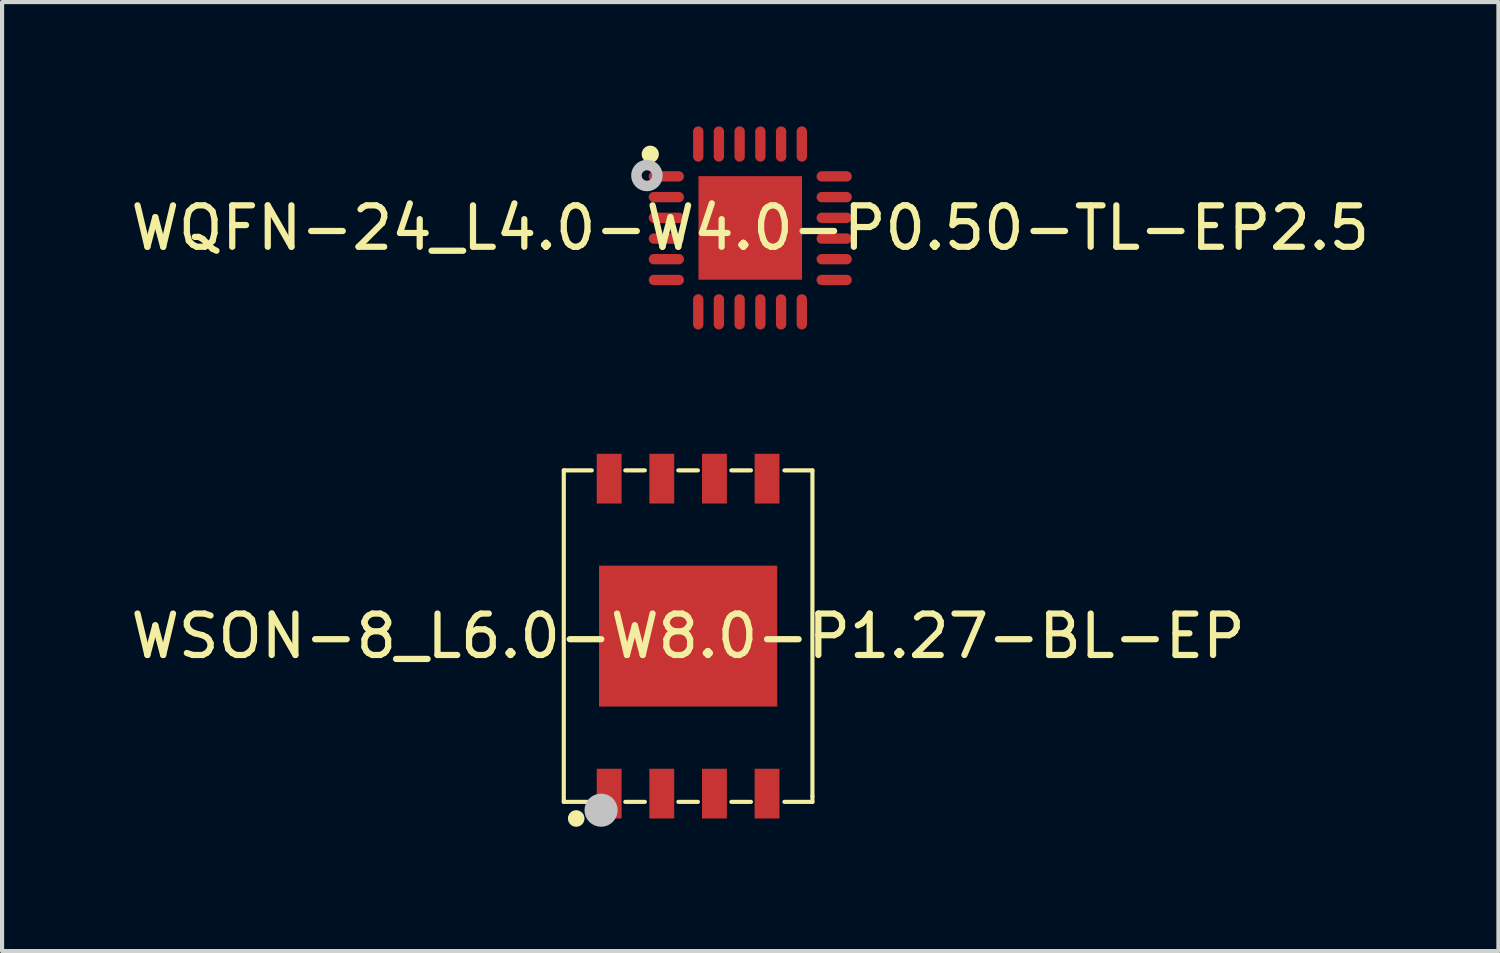
<source format=kicad_pcb>
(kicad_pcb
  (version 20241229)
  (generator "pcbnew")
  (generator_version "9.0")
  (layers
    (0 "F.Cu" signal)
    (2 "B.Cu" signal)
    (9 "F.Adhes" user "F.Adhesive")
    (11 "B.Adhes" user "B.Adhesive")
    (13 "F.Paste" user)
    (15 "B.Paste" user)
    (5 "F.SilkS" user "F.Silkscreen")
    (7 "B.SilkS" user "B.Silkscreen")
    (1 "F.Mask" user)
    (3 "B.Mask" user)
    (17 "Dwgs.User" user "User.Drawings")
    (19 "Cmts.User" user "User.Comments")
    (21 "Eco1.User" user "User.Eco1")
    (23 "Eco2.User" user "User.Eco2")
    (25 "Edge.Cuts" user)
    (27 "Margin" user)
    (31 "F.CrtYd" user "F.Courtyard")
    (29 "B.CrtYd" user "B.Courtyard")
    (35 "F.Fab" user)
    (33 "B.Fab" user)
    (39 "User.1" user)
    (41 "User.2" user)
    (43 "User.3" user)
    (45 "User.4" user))
  (footprint "WQFN-24_L4.0-W4.0-P0.50-TL-EP2.5"
    (layer "F.Cu")
    (at 15.054 2.45)
    (property "Reference" "WQFN-24_L4.0-W4.0-P0.50-TL-EP2.5" (at 0 0 0) (unlocked yes) (layer "F.SilkS") (effects (font (size 1 1) (thickness 0.15))))
    (fp_circle (center -2.413 -1.778) (end -2.307 -1.778) (stroke (width 0.203) (type default)) (fill no) (layer "F.SilkS"))
    (fp_circle (center -2.494 -1.265) (end -2.368 -1.265) (stroke (width 0.254) (type default)) (fill no) (layer "Dwgs.User"))
    (fp_poly (pts (xy -1.999 -1.364) (xy -1.6 -1.364) (xy -1.6 -1.125) (xy -1.999 -1.125)) (stroke (width 0.1) (type default)) (fill no) (layer "User.1"))
    (fp_poly (pts (xy -1.999 -0.864) (xy -1.6 -0.864) (xy -1.6 -0.625) (xy -1.999 -0.625)) (stroke (width 0.1) (type default)) (fill no) (layer "User.1"))
    (fp_poly (pts (xy -1.999 -0.363) (xy -1.6 -0.363) (xy -1.6 -0.124) (xy -1.999 -0.124)) (stroke (width 0.1) (type default)) (fill no) (layer "User.1"))
    (fp_poly (pts (xy -1.999 0.137) (xy -1.6 0.137) (xy -1.6 0.376) (xy -1.999 0.376)) (stroke (width 0.1) (type default)) (fill no) (layer "User.1"))
    (fp_poly (pts (xy -1.999 0.635) (xy -1.6 0.635) (xy -1.6 0.874) (xy -1.999 0.874)) (stroke (width 0.1) (type default)) (fill no) (layer "User.1"))
    (fp_poly (pts (xy -1.999 1.135) (xy -1.6 1.135) (xy -1.6 1.374) (xy -1.999 1.374)) (stroke (width 0.1) (type default)) (fill no) (layer "User.1"))
    (fp_poly (pts (xy -1.25 -1.25) (xy 1.25 -1.25) (xy 1.25 1.25) (xy -1.25 1.25)) (stroke (width 0.1) (type default)) (fill no) (layer "User.1"))
    (fp_poly (pts (xy -1.135 -1.999) (xy -1.135 -1.6) (xy -1.374 -1.6) (xy -1.374 -1.999)) (stroke (width 0.1) (type default)) (fill no) (layer "User.1"))
    (fp_poly (pts (xy -1.135 1.6) (xy -1.135 1.999) (xy -1.374 1.999) (xy -1.374 1.6)) (stroke (width 0.1) (type default)) (fill no) (layer "User.1"))
    (fp_poly (pts (xy -0.637 -1.999) (xy -0.637 -1.6) (xy -0.876 -1.6) (xy -0.876 -1.999)) (stroke (width 0.1) (type default)) (fill no) (layer "User.1"))
    (fp_poly (pts (xy -0.637 1.6) (xy -0.637 1.999) (xy -0.876 1.999) (xy -0.876 1.6)) (stroke (width 0.1) (type default)) (fill no) (layer "User.1"))
    (fp_poly (pts (xy -0.137 -1.999) (xy -0.137 -1.6) (xy -0.376 -1.6) (xy -0.376 -1.999)) (stroke (width 0.1) (type default)) (fill no) (layer "User.1"))
    (fp_poly (pts (xy -0.137 1.6) (xy -0.137 1.999) (xy -0.376 1.999) (xy -0.376 1.6)) (stroke (width 0.1) (type default)) (fill no) (layer "User.1"))
    (fp_poly (pts (xy 0.363 -1.999) (xy 0.363 -1.6) (xy 0.124 -1.6) (xy 0.124 -1.999)) (stroke (width 0.1) (type default)) (fill no) (layer "User.1"))
    (fp_poly (pts (xy 0.363 1.6) (xy 0.363 1.999) (xy 0.124 1.999) (xy 0.124 1.6)) (stroke (width 0.1) (type default)) (fill no) (layer "User.1"))
    (fp_poly (pts (xy 0.864 -1.999) (xy 0.864 -1.6) (xy 0.625 -1.6) (xy 0.625 -1.999)) (stroke (width 0.1) (type default)) (fill no) (layer "User.1"))
    (fp_poly (pts (xy 0.864 1.6) (xy 0.864 1.999) (xy 0.625 1.999) (xy 0.625 1.6)) (stroke (width 0.1) (type default)) (fill no) (layer "User.1"))
    (fp_poly (pts (xy 1.364 -1.999) (xy 1.364 -1.6) (xy 1.125 -1.6) (xy 1.125 -1.999)) (stroke (width 0.1) (type default)) (fill no) (layer "User.1"))
    (fp_poly (pts (xy 1.364 1.6) (xy 1.364 1.999) (xy 1.125 1.999) (xy 1.125 1.6)) (stroke (width 0.1) (type default)) (fill no) (layer "User.1"))
    (fp_poly (pts (xy 1.6 -1.364) (xy 1.999 -1.364) (xy 1.999 -1.125) (xy 1.6 -1.125)) (stroke (width 0.1) (type default)) (fill no) (layer "User.1"))
    (fp_poly (pts (xy 1.6 -0.864) (xy 1.999 -0.864) (xy 1.999 -0.625) (xy 1.6 -0.625)) (stroke (width 0.1) (type default)) (fill no) (layer "User.1"))
    (fp_poly (pts (xy 1.6 -0.363) (xy 1.999 -0.363) (xy 1.999 -0.124) (xy 1.6 -0.124)) (stroke (width 0.1) (type default)) (fill no) (layer "User.1"))
    (fp_poly (pts (xy 1.6 0.137) (xy 1.999 0.137) (xy 1.999 0.376) (xy 1.6 0.376)) (stroke (width 0.1) (type default)) (fill no) (layer "User.1"))
    (fp_poly (pts (xy 1.6 0.635) (xy 1.999 0.635) (xy 1.999 0.874) (xy 1.6 0.874)) (stroke (width 0.1) (type default)) (fill no) (layer "User.1"))
    (fp_poly (pts (xy 1.6 1.135) (xy 1.999 1.135) (xy 1.999 1.374) (xy 1.6 1.374)) (stroke (width 0.1) (type default)) (fill no) (layer "User.1"))
    (fp_line (start -1.999 -1.999) (end 1.999 -1.999) (stroke (width 0.051) (type default)) (layer "User.2"))
    (fp_line (start -1.999 1.999) (end -1.999 -1.999) (stroke (width 0.051) (type default)) (layer "User.2"))
    (fp_line (start 1.999 -1.999) (end 1.999 1.999) (stroke (width 0.051) (type default)) (layer "User.2"))
    (fp_line (start 1.999 1.999) (end -1.999 1.999) (stroke (width 0.051) (type default)) (layer "User.2"))
    (fp_poly (pts (xy -1.938 -1.999) (xy -1.956 -2.042) (xy -1.999 -2.06) (xy -2.042 -2.042) (xy -2.06 -1.999) (xy -2.042 -1.956) (xy -1.999 -1.938) (xy -1.956 -1.956)) (stroke (width 0.1) (type default)) (fill no) (layer "User.3"))
    (pad "1" smd oval (at -2.025 -1.244) (size 0.851 0.249) (layers "F.Cu" "F.Mask" "F.Paste"))
    (pad "2" smd oval (at -2.025 -0.744) (size 0.851 0.249) (layers "F.Cu" "F.Mask" "F.Paste"))
    (pad "3" smd oval (at -2.025 -0.244) (size 0.851 0.249) (layers "F.Cu" "F.Mask" "F.Paste"))
    (pad "4" smd oval (at -2.025 0.257) (size 0.851 0.249) (layers "F.Cu" "F.Mask" "F.Paste"))
    (pad "5" smd oval (at -2.025 0.754) (size 0.851 0.249) (layers "F.Cu" "F.Mask" "F.Paste"))
    (pad "6" smd oval (at -2.025 1.255) (size 0.851 0.249) (layers "F.Cu" "F.Mask" "F.Paste"))
    (pad "7" smd oval (at -1.255 2.025 90) (size 0.851 0.249) (layers "F.Cu" "F.Mask" "F.Paste"))
    (pad "8" smd oval (at -0.757 2.025 90) (size 0.851 0.249) (layers "F.Cu" "F.Mask" "F.Paste"))
    (pad "9" smd oval (at -0.257 2.025 90) (size 0.851 0.249) (layers "F.Cu" "F.Mask" "F.Paste"))
    (pad "10" smd oval (at 0.244 2.025 90) (size 0.851 0.249) (layers "F.Cu" "F.Mask" "F.Paste"))
    (pad "11" smd oval (at 0.744 2.025 90) (size 0.851 0.249) (layers "F.Cu" "F.Mask" "F.Paste"))
    (pad "12" smd oval (at 1.244 2.025 90) (size 0.851 0.249) (layers "F.Cu" "F.Mask" "F.Paste"))
    (pad "13" smd oval (at 2.025 1.255) (size 0.851 0.249) (layers "F.Cu" "F.Mask" "F.Paste"))
    (pad "14" smd oval (at 2.025 0.754) (size 0.851 0.249) (layers "F.Cu" "F.Mask" "F.Paste"))
    (pad "15" smd oval (at 2.025 0.257) (size 0.851 0.249) (layers "F.Cu" "F.Mask" "F.Paste"))
    (pad "16" smd oval (at 2.025 -0.244) (size 0.851 0.249) (layers "F.Cu" "F.Mask" "F.Paste"))
    (pad "17" smd oval (at 2.025 -0.744) (size 0.851 0.249) (layers "F.Cu" "F.Mask" "F.Paste"))
    (pad "18" smd oval (at 2.025 -1.244) (size 0.851 0.249) (layers "F.Cu" "F.Mask" "F.Paste"))
    (pad "19" smd oval (at 1.244 -2.025 90) (size 0.851 0.249) (layers "F.Cu" "F.Mask" "F.Paste"))
    (pad "20" smd oval (at 0.744 -2.025 90) (size 0.851 0.249) (layers "F.Cu" "F.Mask" "F.Paste"))
    (pad "21" smd oval (at 0.244 -2.025 90) (size 0.851 0.249) (layers "F.Cu" "F.Mask" "F.Paste"))
    (pad "22" smd oval (at -0.257 -2.025 90) (size 0.851 0.249) (layers "F.Cu" "F.Mask" "F.Paste"))
    (pad "23" smd oval (at -0.757 -2.025 90) (size 0.851 0.249) (layers "F.Cu" "F.Mask" "F.Paste"))
    (pad "24" smd oval (at -1.255 -2.025 90) (size 0.851 0.249) (layers "F.Cu" "F.Mask" "F.Paste"))
    (pad "25" smd rect (at 0 0) (size 2.499 2.499) (layers "F.Cu" "F.Mask" "F.Paste")))
  (footprint "WSON-8_L6.0-W8.0-P1.27-BL-EP"
    (layer "F.Cu")
    (at 13.554 12.3)
    (property "Reference" "WSON-8_L6.0-W8.0-P1.27-BL-EP" (at 0 0 0) (unlocked yes) (layer "F.SilkS") (effects (font (size 1 1) (thickness 0.15))))
    (fp_line (start -3 -4) (end -3 3.999) (stroke (width 0.1) (type default)) (layer "F.SilkS"))
    (fp_line (start -3 -4) (end -2.324 -4) (stroke (width 0.1) (type default)) (layer "F.SilkS"))
    (fp_line (start -3 3.999) (end -2.324 3.999) (stroke (width 0.1) (type default)) (layer "F.SilkS"))
    (fp_line (start -1.516 -4) (end -1.044 -4) (stroke (width 0.1) (type default)) (layer "F.SilkS"))
    (fp_line (start -1.516 3.999) (end -1.044 3.999) (stroke (width 0.1) (type default)) (layer "F.SilkS"))
    (fp_line (start -0.236 -4) (end 0.236 -4) (stroke (width 0.1) (type default)) (layer "F.SilkS"))
    (fp_line (start -0.236 3.999) (end 0.236 3.999) (stroke (width 0.1) (type default)) (layer "F.SilkS"))
    (fp_line (start 1.044 -4) (end 1.516 -4) (stroke (width 0.1) (type default)) (layer "F.SilkS"))
    (fp_line (start 1.044 3.999) (end 1.516 3.999) (stroke (width 0.1) (type default)) (layer "F.SilkS"))
    (fp_line (start 2.324 -4) (end 3 -4) (stroke (width 0.1) (type default)) (layer "F.SilkS"))
    (fp_line (start 2.324 3.999) (end 3 3.999) (stroke (width 0.1) (type default)) (layer "F.SilkS"))
    (fp_line (start 3 -4) (end 3 3.862) (stroke (width 0.1) (type default)) (layer "F.SilkS"))
    (fp_line (start 3 3.862) (end 3 3.999) (stroke (width 0.1) (type default)) (layer "F.SilkS"))
    (fp_circle (center -2.7 4.4) (end -2.6 4.4) (stroke (width 0.2) (type default)) (fill no) (layer "F.SilkS"))
    (fp_circle (center -2.1 4.2) (end -1.9 4.2) (stroke (width 0.4) (type default)) (fill no) (layer "Dwgs.User"))
    (fp_poly (pts (xy -2.15 1.7) (xy -2.15 -1.7) (xy 2.15 -1.7) (xy 2.15 1.7)) (stroke (width 0.1) (type default)) (fill no) (layer "User.1"))
    (fp_poly (pts (xy -2.105 -4) (xy -1.705 -4) (xy -1.705 -3.5) (xy -2.105 -3.5)) (stroke (width 0.1) (type default)) (fill no) (layer "User.1"))
    (fp_poly (pts (xy -2.105 3.5) (xy -1.705 3.5) (xy -1.705 4) (xy -2.105 4)) (stroke (width 0.1) (type default)) (fill no) (layer "User.1"))
    (fp_poly (pts (xy -0.835 -4) (xy -0.435 -4) (xy -0.435 -3.5) (xy -0.835 -3.5)) (stroke (width 0.1) (type default)) (fill no) (layer "User.1"))
    (fp_poly (pts (xy -0.835 3.5) (xy -0.435 3.5) (xy -0.435 4) (xy -0.835 4)) (stroke (width 0.1) (type default)) (fill no) (layer "User.1"))
    (fp_poly (pts (xy 0.435 -4) (xy 0.835 -4) (xy 0.835 -3.5) (xy 0.435 -3.5)) (stroke (width 0.1) (type default)) (fill no) (layer "User.1"))
    (fp_poly (pts (xy 0.435 3.5) (xy 0.835 3.5) (xy 0.835 4) (xy 0.435 4)) (stroke (width 0.1) (type default)) (fill no) (layer "User.1"))
    (fp_poly (pts (xy 1.705 -4) (xy 2.105 -4) (xy 2.105 -3.5) (xy 1.705 -3.5)) (stroke (width 0.1) (type default)) (fill no) (layer "User.1"))
    (fp_poly (pts (xy 1.705 3.5) (xy 2.105 3.5) (xy 2.105 4) (xy 1.705 4)) (stroke (width 0.1) (type default)) (fill no) (layer "User.1"))
    (fp_line (start -3 -4) (end 3 -4) (stroke (width 0.051) (type default)) (layer "User.2"))
    (fp_line (start -3 4) (end -3 -4) (stroke (width 0.051) (type default)) (layer "User.2"))
    (fp_line (start 3 -4) (end 3 4) (stroke (width 0.051) (type default)) (layer "User.2"))
    (fp_line (start 3 4) (end -3 4) (stroke (width 0.051) (type default)) (layer "User.2"))
    (fp_poly (pts (xy -2.94 4) (xy -2.958 3.958) (xy -3 3.94) (xy -3.042 3.958) (xy -3.06 4) (xy -3.042 4.042) (xy -3 4.06) (xy -2.958 4.042)) (stroke (width 0.1) (type default)) (fill no) (layer "User.3"))
    (pad "1" smd rect (at -1.905 3.8) (size 0.6 1.2) (layers "F.Cu" "F.Mask" "F.Paste"))
    (pad "2" smd rect (at -0.635 3.8) (size 0.6 1.2) (layers "F.Cu" "F.Mask" "F.Paste"))
    (pad "3" smd rect (at 0.635 3.8) (size 0.6 1.2) (layers "F.Cu" "F.Mask" "F.Paste"))
    (pad "4" smd rect (at 1.905 3.8) (size 0.6 1.2) (layers "F.Cu" "F.Mask" "F.Paste"))
    (pad "5" smd rect (at 1.905 -3.8) (size 0.6 1.2) (layers "F.Cu" "F.Mask" "F.Paste"))
    (pad "6" smd rect (at 0.635 -3.8) (size 0.6 1.2) (layers "F.Cu" "F.Mask" "F.Paste"))
    (pad "7" smd rect (at -0.635 -3.8) (size 0.6 1.2) (layers "F.Cu" "F.Mask" "F.Paste"))
    (pad "8" smd rect (at -1.905 -3.8) (size 0.6 1.2) (layers "F.Cu" "F.Mask" "F.Paste"))
    (pad "9" smd rect (at 0.001 -0.001 90) (size 3.4 4.3) (layers "F.Cu" "F.Mask" "F.Paste")))
  (gr_rect
    (start -3 -3)
    (end 33.107 19.9)
    (stroke (width 0.1) (type default))
    (fill no)
    (layer "Edge.Cuts")))
</source>
